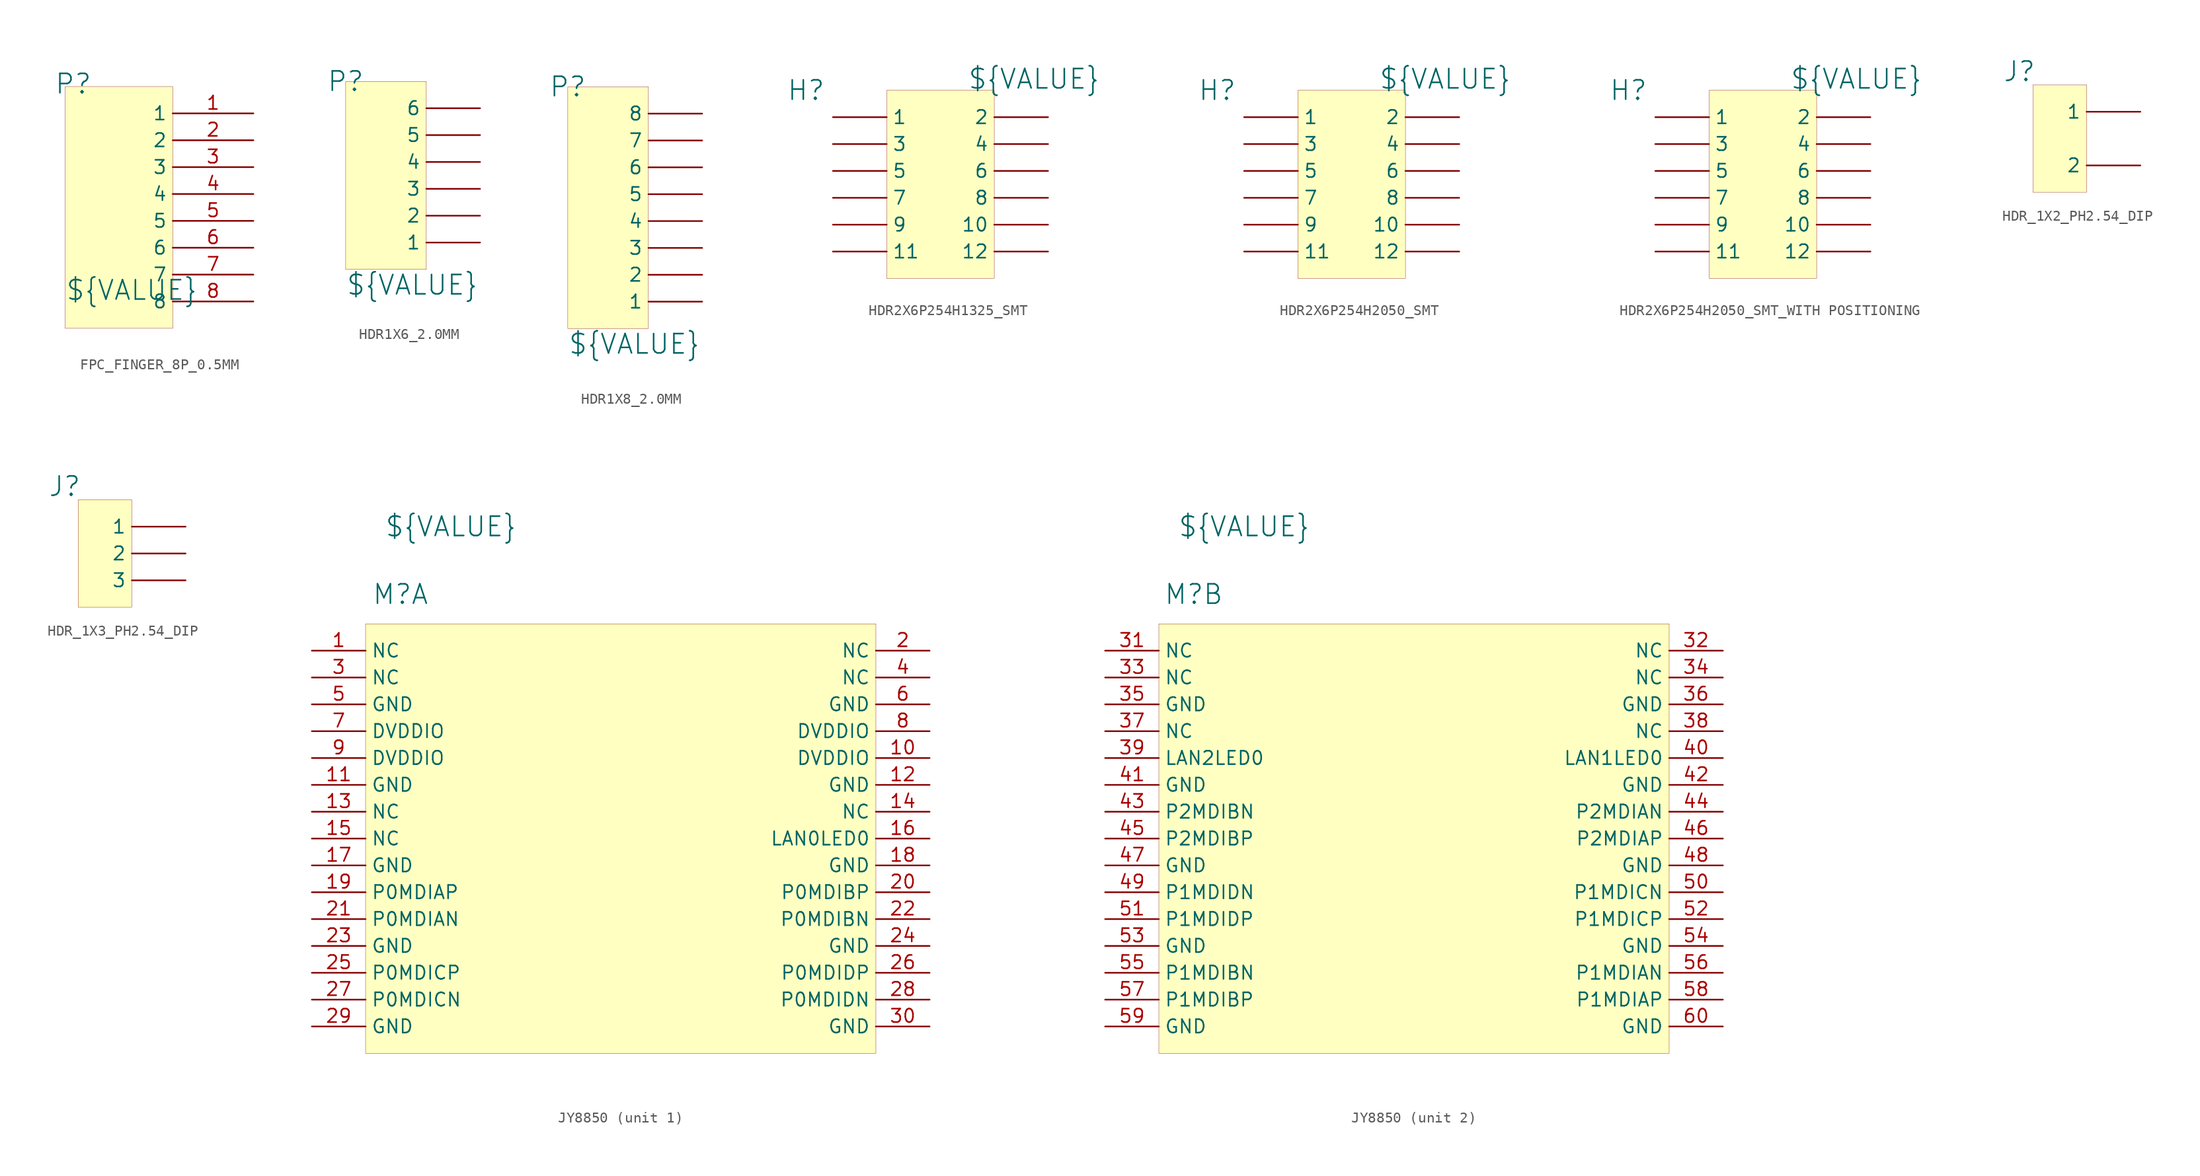
<source format=kicad_sym>
(kicad_symbol_lib
  (version 20241209)
  (generator "kicad_symbol_editor")
  (generator_version "9.0")
  (symbol "FPC_FINGER_8P_0.5MM"
    (property "Reference" "P"
      (at 0.762 0.254 0)
      (effects (font (size 1.829 1.829))))
    (property "Value" "${VALUE}"
      (at 0 -20.32 0)
      (effects (font (size 1.829 1.829)) (justify left bottom)))
    (symbol "FPC_FINGER_8P_0.5MM_1_0"
      (rectangle (start 10.16 0) (end 0 -22.86) (stroke (width 0.025) (type solid) (color 128 0 0 1)) (fill (type background)))
      (pin passive line (at 17.78 -2.54 180) (length 7.62) (name "1" (effects (font (size 1.27 1.27)))) (number "1" (effects (font (size 1.27 1.27)))))
      (pin passive line (at 17.78 -5.08 180) (length 7.62) (name "2" (effects (font (size 1.27 1.27)))) (number "2" (effects (font (size 1.27 1.27)))))
      (pin passive line (at 17.78 -7.62 180) (length 7.62) (name "3" (effects (font (size 1.27 1.27)))) (number "3" (effects (font (size 1.27 1.27)))))
      (pin passive line (at 17.78 -10.16 180) (length 7.62) (name "4" (effects (font (size 1.27 1.27)))) (number "4" (effects (font (size 1.27 1.27)))))
      (pin passive line (at 17.78 -12.7 180) (length 7.62) (name "5" (effects (font (size 1.27 1.27)))) (number "5" (effects (font (size 1.27 1.27)))))
      (pin passive line (at 17.78 -15.24 180) (length 7.62) (name "6" (effects (font (size 1.27 1.27)))) (number "6" (effects (font (size 1.27 1.27)))))
      (pin passive line (at 17.78 -17.78 180) (length 7.62) (name "7" (effects (font (size 1.27 1.27)))) (number "7" (effects (font (size 1.27 1.27)))))
      (pin passive line (at 17.78 -20.32 180) (length 7.62) (name "8" (effects (font (size 1.27 1.27)))) (number "8" (effects (font (size 1.27 1.27)))))))
  (symbol "HDR1X6_2.0MM"
    (pin_numbers
      (hide yes))
    (property "Reference" "P"
      (at 0 17.78 0)
      (effects (font (size 1.829 1.829))))
    (property "Value" "${VALUE}"
      (at 0 -2.54 0)
      (effects (font (size 1.829 1.829)) (justify left bottom)))
    (symbol "HDR1X6_2.0MM_1_0"
      (rectangle (start 7.62 17.78) (end 0 0) (stroke (width 0.025) (type solid) (color 128 0 0 1)) (fill (type background)))
      (pin passive line (at 12.7 15.24 180) (length 5.08) (name "6" (effects (font (size 1.27 1.27)))) (number "6" (effects (font (size 1.27 1.27)))))
      (pin passive line (at 12.7 12.7 180) (length 5.08) (name "5" (effects (font (size 1.27 1.27)))) (number "5" (effects (font (size 1.27 1.27)))))
      (pin passive line (at 12.7 10.16 180) (length 5.08) (name "4" (effects (font (size 1.27 1.27)))) (number "4" (effects (font (size 1.27 1.27)))))
      (pin passive line (at 12.7 7.62 180) (length 5.08) (name "3" (effects (font (size 1.27 1.27)))) (number "3" (effects (font (size 1.27 1.27)))))
      (pin passive line (at 12.7 5.08 180) (length 5.08) (name "2" (effects (font (size 1.27 1.27)))) (number "2" (effects (font (size 1.27 1.27)))))
      (pin passive line (at 12.7 2.54 180) (length 5.08) (name "1" (effects (font (size 1.27 1.27)))) (number "1" (effects (font (size 1.27 1.27)))))))
  (symbol "HDR1X8_2.0MM"
    (pin_numbers
      (hide yes))
    (property "Reference" "P"
      (at 0 22.86 0)
      (effects (font (size 1.829 1.829))))
    (property "Value" "${VALUE}"
      (at 0 -2.54 0)
      (effects (font (size 1.829 1.829)) (justify left bottom)))
    (symbol "HDR1X8_2.0MM_1_0"
      (rectangle (start 7.62 22.86) (end 0 0) (stroke (width 0.025) (type solid) (color 128 0 0 1)) (fill (type background)))
      (pin passive line (at 12.7 20.32 180) (length 5.08) (name "8" (effects (font (size 1.27 1.27)))) (number "8" (effects (font (size 1.27 1.27)))))
      (pin passive line (at 12.7 17.78 180) (length 5.08) (name "7" (effects (font (size 1.27 1.27)))) (number "7" (effects (font (size 1.27 1.27)))))
      (pin passive line (at 12.7 15.24 180) (length 5.08) (name "6" (effects (font (size 1.27 1.27)))) (number "6" (effects (font (size 1.27 1.27)))))
      (pin passive line (at 12.7 12.7 180) (length 5.08) (name "5" (effects (font (size 1.27 1.27)))) (number "5" (effects (font (size 1.27 1.27)))))
      (pin passive line (at 12.7 10.16 180) (length 5.08) (name "4" (effects (font (size 1.27 1.27)))) (number "4" (effects (font (size 1.27 1.27)))))
      (pin passive line (at 12.7 7.62 180) (length 5.08) (name "3" (effects (font (size 1.27 1.27)))) (number "3" (effects (font (size 1.27 1.27)))))
      (pin passive line (at 12.7 5.08 180) (length 5.08) (name "2" (effects (font (size 1.27 1.27)))) (number "2" (effects (font (size 1.27 1.27)))))
      (pin passive line (at 12.7 2.54 180) (length 5.08) (name "1" (effects (font (size 1.27 1.27)))) (number "1" (effects (font (size 1.27 1.27)))))))
  (symbol "HDR2X6P254H1325_SMT"
    (pin_numbers
      (hide yes))
    (property "Reference" "H"
      (at -7.62 0 0)
      (effects (font (size 1.829 1.829))))
    (property "Value" "${VALUE}"
      (at 7.62 0 0)
      (effects (font (size 1.829 1.829)) (justify left bottom)))
    (symbol "HDR2X6P254H1325_SMT_1_0"
      (rectangle (start 10.16 0) (end 0 -17.78) (stroke (width 0.025) (type solid) (color 128 0 0 1)) (fill (type background)))
      (pin passive line (at -5.08 -2.54 0) (length 5.08) (name "1" (effects (font (size 1.27 1.27)))) (number "1" (effects (font (size 1.27 1.27)))))
      (pin passive line (at -5.08 -5.08 0) (length 5.08) (name "3" (effects (font (size 1.27 1.27)))) (number "3" (effects (font (size 1.27 1.27)))))
      (pin passive line (at -5.08 -7.62 0) (length 5.08) (name "5" (effects (font (size 1.27 1.27)))) (number "5" (effects (font (size 1.27 1.27)))))
      (pin passive line (at -5.08 -10.16 0) (length 5.08) (name "7" (effects (font (size 1.27 1.27)))) (number "7" (effects (font (size 1.27 1.27)))))
      (pin passive line (at -5.08 -12.7 0) (length 5.08) (name "9" (effects (font (size 1.27 1.27)))) (number "9" (effects (font (size 1.27 1.27)))))
      (pin passive line (at -5.08 -15.24 0) (length 5.08) (name "11" (effects (font (size 1.27 1.27)))) (number "11" (effects (font (size 1.27 1.27)))))
      (pin passive line (at 15.24 -2.54 180) (length 5.08) (name "2" (effects (font (size 1.27 1.27)))) (number "2" (effects (font (size 1.27 1.27)))))
      (pin passive line (at 15.24 -5.08 180) (length 5.08) (name "4" (effects (font (size 1.27 1.27)))) (number "4" (effects (font (size 1.27 1.27)))))
      (pin passive line (at 15.24 -7.62 180) (length 5.08) (name "6" (effects (font (size 1.27 1.27)))) (number "6" (effects (font (size 1.27 1.27)))))
      (pin passive line (at 15.24 -10.16 180) (length 5.08) (name "8" (effects (font (size 1.27 1.27)))) (number "8" (effects (font (size 1.27 1.27)))))
      (pin passive line (at 15.24 -12.7 180) (length 5.08) (name "10" (effects (font (size 1.27 1.27)))) (number "10" (effects (font (size 1.27 1.27)))))
      (pin passive line (at 15.24 -15.24 180) (length 5.08) (name "12" (effects (font (size 1.27 1.27)))) (number "12" (effects (font (size 1.27 1.27)))))))
  (symbol "HDR2X6P254H2050_SMT"
    (pin_numbers
      (hide yes))
    (property "Reference" "H"
      (at -7.62 0 0)
      (effects (font (size 1.829 1.829))))
    (property "Value" "${VALUE}"
      (at 7.62 0 0)
      (effects (font (size 1.829 1.829)) (justify left bottom)))
    (symbol "HDR2X6P254H2050_SMT_1_0"
      (rectangle (start 10.16 0) (end 0 -17.78) (stroke (width 0.025) (type solid) (color 128 0 0 1)) (fill (type background)))
      (pin passive line (at -5.08 -2.54 0) (length 5.08) (name "1" (effects (font (size 1.27 1.27)))) (number "1" (effects (font (size 1.27 1.27)))))
      (pin passive line (at -5.08 -5.08 0) (length 5.08) (name "3" (effects (font (size 1.27 1.27)))) (number "3" (effects (font (size 1.27 1.27)))))
      (pin passive line (at -5.08 -7.62 0) (length 5.08) (name "5" (effects (font (size 1.27 1.27)))) (number "5" (effects (font (size 1.27 1.27)))))
      (pin passive line (at -5.08 -10.16 0) (length 5.08) (name "7" (effects (font (size 1.27 1.27)))) (number "7" (effects (font (size 1.27 1.27)))))
      (pin passive line (at -5.08 -12.7 0) (length 5.08) (name "9" (effects (font (size 1.27 1.27)))) (number "9" (effects (font (size 1.27 1.27)))))
      (pin passive line (at -5.08 -15.24 0) (length 5.08) (name "11" (effects (font (size 1.27 1.27)))) (number "11" (effects (font (size 1.27 1.27)))))
      (pin passive line (at 15.24 -2.54 180) (length 5.08) (name "2" (effects (font (size 1.27 1.27)))) (number "2" (effects (font (size 1.27 1.27)))))
      (pin passive line (at 15.24 -5.08 180) (length 5.08) (name "4" (effects (font (size 1.27 1.27)))) (number "4" (effects (font (size 1.27 1.27)))))
      (pin passive line (at 15.24 -7.62 180) (length 5.08) (name "6" (effects (font (size 1.27 1.27)))) (number "6" (effects (font (size 1.27 1.27)))))
      (pin passive line (at 15.24 -10.16 180) (length 5.08) (name "8" (effects (font (size 1.27 1.27)))) (number "8" (effects (font (size 1.27 1.27)))))
      (pin passive line (at 15.24 -12.7 180) (length 5.08) (name "10" (effects (font (size 1.27 1.27)))) (number "10" (effects (font (size 1.27 1.27)))))
      (pin passive line (at 15.24 -15.24 180) (length 5.08) (name "12" (effects (font (size 1.27 1.27)))) (number "12" (effects (font (size 1.27 1.27)))))))
  (symbol "HDR2X6P254H2050_SMT_WITH POSITIONING"
    (pin_numbers
      (hide yes))
    (property "Reference" "H"
      (at -7.62 0 0)
      (effects (font (size 1.829 1.829))))
    (property "Value" "${VALUE}"
      (at 7.62 0 0)
      (effects (font (size 1.829 1.829)) (justify left bottom)))
    (symbol "HDR2X6P254H2050_SMT_WITH POSITIONING_1_0"
      (rectangle (start 10.16 0) (end 0 -17.78) (stroke (width 0.025) (type solid) (color 128 0 0 1)) (fill (type background)))
      (pin passive line (at -5.08 -2.54 0) (length 5.08) (name "1" (effects (font (size 1.27 1.27)))) (number "1" (effects (font (size 1.27 1.27)))))
      (pin passive line (at -5.08 -5.08 0) (length 5.08) (name "3" (effects (font (size 1.27 1.27)))) (number "3" (effects (font (size 1.27 1.27)))))
      (pin passive line (at -5.08 -7.62 0) (length 5.08) (name "5" (effects (font (size 1.27 1.27)))) (number "5" (effects (font (size 1.27 1.27)))))
      (pin passive line (at -5.08 -10.16 0) (length 5.08) (name "7" (effects (font (size 1.27 1.27)))) (number "7" (effects (font (size 1.27 1.27)))))
      (pin passive line (at -5.08 -12.7 0) (length 5.08) (name "9" (effects (font (size 1.27 1.27)))) (number "9" (effects (font (size 1.27 1.27)))))
      (pin passive line (at -5.08 -15.24 0) (length 5.08) (name "11" (effects (font (size 1.27 1.27)))) (number "11" (effects (font (size 1.27 1.27)))))
      (pin passive line (at 15.24 -2.54 180) (length 5.08) (name "2" (effects (font (size 1.27 1.27)))) (number "2" (effects (font (size 1.27 1.27)))))
      (pin passive line (at 15.24 -5.08 180) (length 5.08) (name "4" (effects (font (size 1.27 1.27)))) (number "4" (effects (font (size 1.27 1.27)))))
      (pin passive line (at 15.24 -7.62 180) (length 5.08) (name "6" (effects (font (size 1.27 1.27)))) (number "6" (effects (font (size 1.27 1.27)))))
      (pin passive line (at 15.24 -10.16 180) (length 5.08) (name "8" (effects (font (size 1.27 1.27)))) (number "8" (effects (font (size 1.27 1.27)))))
      (pin passive line (at 15.24 -12.7 180) (length 5.08) (name "10" (effects (font (size 1.27 1.27)))) (number "10" (effects (font (size 1.27 1.27)))))
      (pin passive line (at 15.24 -15.24 180) (length 5.08) (name "12" (effects (font (size 1.27 1.27)))) (number "12" (effects (font (size 1.27 1.27)))))))
  (symbol "HDR_1X2_PH2.54_DIP"
    (pin_numbers
      (hide yes))
    (property "Reference" "J"
      (at -1.27 1.27 0)
      (effects (font (size 1.829 1.829))))
    (property "Value" "${VALUE}"
      (at -1.27 -3.81 0)
      (effects (font (size 1.829 1.829)) (justify left bottom) (hide yes)))
    (symbol "HDR_1X2_PH2.54_DIP_1_0"
      (rectangle (start 5.08 0) (end 0 -10.16) (stroke (width 0.025) (type solid) (color 128 0 0 1)) (fill (type background)))
      (pin passive line (at 10.16 -2.54 180) (length 5.08) (name "1" (effects (font (size 1.27 1.27)))) (number "1" (effects (font (size 1.27 1.27)))))
      (pin passive line (at 10.16 -7.62 180) (length 5.08) (name "2" (effects (font (size 1.27 1.27)))) (number "2" (effects (font (size 1.27 1.27)))))))
  (symbol "HDR_1X3_PH2.54_DIP"
    (pin_numbers
      (hide yes))
    (property "Reference" "J"
      (at -1.27 1.27 0)
      (effects (font (size 1.829 1.829))))
    (property "Value" "${VALUE}"
      (at -1.27 -3.81 0)
      (effects (font (size 1.829 1.829)) (justify left bottom) (hide yes)))
    (symbol "HDR_1X3_PH2.54_DIP_1_0"
      (rectangle (start 5.08 0) (end 0 -10.16) (stroke (width 0.025) (type solid) (color 128 0 0 1)) (fill (type background)))
      (pin passive line (at 10.16 -2.54 180) (length 5.08) (name "1" (effects (font (size 1.27 1.27)))) (number "1" (effects (font (size 1.27 1.27)))))
      (pin passive line (at 10.16 -5.08 180) (length 5.08) (name "2" (effects (font (size 1.27 1.27)))) (number "2" (effects (font (size 1.27 1.27)))))
      (pin passive line (at 10.16 -7.62 180) (length 5.08) (name "3" (effects (font (size 1.27 1.27)))) (number "3" (effects (font (size 1.27 1.27)))))))
  (symbol "JY8850"
    (property "Reference" "M"
      (at 3.302 2.794 0)
      (effects (font (size 1.829 1.829))))
    (property "Value" "${VALUE}"
      (at 1.778 8.128 0)
      (effects (font (size 1.829 1.829)) (justify left bottom)))
    (symbol "JY8850_1_0"
      (rectangle (start 48.26 0) (end 0 -40.64) (stroke (width 0.025) (type solid) (color 128 0 0 1)) (fill (type background)))
      (pin passive line (at -5.08 -2.54 0) (length 5.08) (name "NC" (effects (font (size 1.27 1.27)))) (number "1" (effects (font (size 1.27 1.27)))))
      (pin passive line (at -5.08 -5.08 0) (length 5.08) (name "NC" (effects (font (size 1.27 1.27)))) (number "3" (effects (font (size 1.27 1.27)))))
      (pin passive line (at -5.08 -7.62 0) (length 5.08) (name "GND" (effects (font (size 1.27 1.27)))) (number "5" (effects (font (size 1.27 1.27)))))
      (pin passive line (at -5.08 -10.16 0) (length 5.08) (name "DVDDIO" (effects (font (size 1.27 1.27)))) (number "7" (effects (font (size 1.27 1.27)))))
      (pin passive line (at -5.08 -12.7 0) (length 5.08) (name "DVDDIO" (effects (font (size 1.27 1.27)))) (number "9" (effects (font (size 1.27 1.27)))))
      (pin passive line (at -5.08 -15.24 0) (length 5.08) (name "GND" (effects (font (size 1.27 1.27)))) (number "11" (effects (font (size 1.27 1.27)))))
      (pin passive line (at -5.08 -17.78 0) (length 5.08) (name "NC" (effects (font (size 1.27 1.27)))) (number "13" (effects (font (size 1.27 1.27)))))
      (pin passive line (at -5.08 -20.32 0) (length 5.08) (name "NC" (effects (font (size 1.27 1.27)))) (number "15" (effects (font (size 1.27 1.27)))))
      (pin passive line (at -5.08 -22.86 0) (length 5.08) (name "GND" (effects (font (size 1.27 1.27)))) (number "17" (effects (font (size 1.27 1.27)))))
      (pin passive line (at -5.08 -25.4 0) (length 5.08) (name "P0MDIAP" (effects (font (size 1.27 1.27)))) (number "19" (effects (font (size 1.27 1.27)))))
      (pin passive line (at -5.08 -27.94 0) (length 5.08) (name "P0MDIAN" (effects (font (size 1.27 1.27)))) (number "21" (effects (font (size 1.27 1.27)))))
      (pin passive line (at -5.08 -30.48 0) (length 5.08) (name "GND" (effects (font (size 1.27 1.27)))) (number "23" (effects (font (size 1.27 1.27)))))
      (pin passive line (at -5.08 -33.02 0) (length 5.08) (name "P0MDICP" (effects (font (size 1.27 1.27)))) (number "25" (effects (font (size 1.27 1.27)))))
      (pin passive line (at -5.08 -35.56 0) (length 5.08) (name "P0MDICN" (effects (font (size 1.27 1.27)))) (number "27" (effects (font (size 1.27 1.27)))))
      (pin passive line (at -5.08 -38.1 0) (length 5.08) (name "GND" (effects (font (size 1.27 1.27)))) (number "29" (effects (font (size 1.27 1.27)))))
      (pin passive line (at 53.34 -2.54 180) (length 5.08) (name "NC" (effects (font (size 1.27 1.27)))) (number "2" (effects (font (size 1.27 1.27)))))
      (pin passive line (at 53.34 -5.08 180) (length 5.08) (name "NC" (effects (font (size 1.27 1.27)))) (number "4" (effects (font (size 1.27 1.27)))))
      (pin passive line (at 53.34 -7.62 180) (length 5.08) (name "GND" (effects (font (size 1.27 1.27)))) (number "6" (effects (font (size 1.27 1.27)))))
      (pin passive line (at 53.34 -10.16 180) (length 5.08) (name "DVDDIO" (effects (font (size 1.27 1.27)))) (number "8" (effects (font (size 1.27 1.27)))))
      (pin passive line (at 53.34 -12.7 180) (length 5.08) (name "DVDDIO" (effects (font (size 1.27 1.27)))) (number "10" (effects (font (size 1.27 1.27)))))
      (pin passive line (at 53.34 -15.24 180) (length 5.08) (name "GND" (effects (font (size 1.27 1.27)))) (number "12" (effects (font (size 1.27 1.27)))))
      (pin passive line (at 53.34 -17.78 180) (length 5.08) (name "NC" (effects (font (size 1.27 1.27)))) (number "14" (effects (font (size 1.27 1.27)))))
      (pin passive line (at 53.34 -20.32 180) (length 5.08) (name "LAN0LED0" (effects (font (size 1.27 1.27)))) (number "16" (effects (font (size 1.27 1.27)))))
      (pin passive line (at 53.34 -22.86 180) (length 5.08) (name "GND" (effects (font (size 1.27 1.27)))) (number "18" (effects (font (size 1.27 1.27)))))
      (pin passive line (at 53.34 -25.4 180) (length 5.08) (name "P0MDIBP" (effects (font (size 1.27 1.27)))) (number "20" (effects (font (size 1.27 1.27)))))
      (pin passive line (at 53.34 -27.94 180) (length 5.08) (name "P0MDIBN" (effects (font (size 1.27 1.27)))) (number "22" (effects (font (size 1.27 1.27)))))
      (pin passive line (at 53.34 -30.48 180) (length 5.08) (name "GND" (effects (font (size 1.27 1.27)))) (number "24" (effects (font (size 1.27 1.27)))))
      (pin passive line (at 53.34 -33.02 180) (length 5.08) (name "P0MDIDP" (effects (font (size 1.27 1.27)))) (number "26" (effects (font (size 1.27 1.27)))))
      (pin passive line (at 53.34 -35.56 180) (length 5.08) (name "P0MDIDN" (effects (font (size 1.27 1.27)))) (number "28" (effects (font (size 1.27 1.27)))))
      (pin passive line (at 53.34 -38.1 180) (length 5.08) (name "GND" (effects (font (size 1.27 1.27)))) (number "30" (effects (font (size 1.27 1.27))))))
    (symbol "JY8850_2_0"
      (rectangle (start 48.26 0) (end 0 -40.64) (stroke (width 0.025) (type solid) (color 128 0 0 1)) (fill (type background)))
      (pin passive line (at -5.08 -2.54 0) (length 5.08) (name "NC" (effects (font (size 1.27 1.27)))) (number "31" (effects (font (size 1.27 1.27)))))
      (pin passive line (at -5.08 -5.08 0) (length 5.08) (name "NC" (effects (font (size 1.27 1.27)))) (number "33" (effects (font (size 1.27 1.27)))))
      (pin passive line (at -5.08 -7.62 0) (length 5.08) (name "GND" (effects (font (size 1.27 1.27)))) (number "35" (effects (font (size 1.27 1.27)))))
      (pin passive line (at -5.08 -10.16 0) (length 5.08) (name "NC" (effects (font (size 1.27 1.27)))) (number "37" (effects (font (size 1.27 1.27)))))
      (pin passive line (at -5.08 -12.7 0) (length 5.08) (name "LAN2LED0" (effects (font (size 1.27 1.27)))) (number "39" (effects (font (size 1.27 1.27)))))
      (pin passive line (at -5.08 -15.24 0) (length 5.08) (name "GND" (effects (font (size 1.27 1.27)))) (number "41" (effects (font (size 1.27 1.27)))))
      (pin passive line (at -5.08 -17.78 0) (length 5.08) (name "P2MDIBN" (effects (font (size 1.27 1.27)))) (number "43" (effects (font (size 1.27 1.27)))))
      (pin passive line (at -5.08 -20.32 0) (length 5.08) (name "P2MDIBP" (effects (font (size 1.27 1.27)))) (number "45" (effects (font (size 1.27 1.27)))))
      (pin passive line (at -5.08 -22.86 0) (length 5.08) (name "GND" (effects (font (size 1.27 1.27)))) (number "47" (effects (font (size 1.27 1.27)))))
      (pin passive line (at -5.08 -25.4 0) (length 5.08) (name "P1MDIDN" (effects (font (size 1.27 1.27)))) (number "49" (effects (font (size 1.27 1.27)))))
      (pin passive line (at -5.08 -27.94 0) (length 5.08) (name "P1MDIDP" (effects (font (size 1.27 1.27)))) (number "51" (effects (font (size 1.27 1.27)))))
      (pin passive line (at -5.08 -30.48 0) (length 5.08) (name "GND" (effects (font (size 1.27 1.27)))) (number "53" (effects (font (size 1.27 1.27)))))
      (pin passive line (at -5.08 -33.02 0) (length 5.08) (name "P1MDIBN" (effects (font (size 1.27 1.27)))) (number "55" (effects (font (size 1.27 1.27)))))
      (pin passive line (at -5.08 -35.56 0) (length 5.08) (name "P1MDIBP" (effects (font (size 1.27 1.27)))) (number "57" (effects (font (size 1.27 1.27)))))
      (pin passive line (at -5.08 -38.1 0) (length 5.08) (name "GND" (effects (font (size 1.27 1.27)))) (number "59" (effects (font (size 1.27 1.27)))))
      (pin passive line (at 53.34 -2.54 180) (length 5.08) (name "NC" (effects (font (size 1.27 1.27)))) (number "32" (effects (font (size 1.27 1.27)))))
      (pin passive line (at 53.34 -5.08 180) (length 5.08) (name "NC" (effects (font (size 1.27 1.27)))) (number "34" (effects (font (size 1.27 1.27)))))
      (pin passive line (at 53.34 -7.62 180) (length 5.08) (name "GND" (effects (font (size 1.27 1.27)))) (number "36" (effects (font (size 1.27 1.27)))))
      (pin passive line (at 53.34 -10.16 180) (length 5.08) (name "NC" (effects (font (size 1.27 1.27)))) (number "38" (effects (font (size 1.27 1.27)))))
      (pin passive line (at 53.34 -12.7 180) (length 5.08) (name "LAN1LED0" (effects (font (size 1.27 1.27)))) (number "40" (effects (font (size 1.27 1.27)))))
      (pin passive line (at 53.34 -15.24 180) (length 5.08) (name "GND" (effects (font (size 1.27 1.27)))) (number "42" (effects (font (size 1.27 1.27)))))
      (pin passive line (at 53.34 -17.78 180) (length 5.08) (name "P2MDIAN" (effects (font (size 1.27 1.27)))) (number "44" (effects (font (size 1.27 1.27)))))
      (pin passive line (at 53.34 -20.32 180) (length 5.08) (name "P2MDIAP" (effects (font (size 1.27 1.27)))) (number "46" (effects (font (size 1.27 1.27)))))
      (pin passive line (at 53.34 -22.86 180) (length 5.08) (name "GND" (effects (font (size 1.27 1.27)))) (number "48" (effects (font (size 1.27 1.27)))))
      (pin passive line (at 53.34 -25.4 180) (length 5.08) (name "P1MDICN" (effects (font (size 1.27 1.27)))) (number "50" (effects (font (size 1.27 1.27)))))
      (pin passive line (at 53.34 -27.94 180) (length 5.08) (name "P1MDICP" (effects (font (size 1.27 1.27)))) (number "52" (effects (font (size 1.27 1.27)))))
      (pin passive line (at 53.34 -30.48 180) (length 5.08) (name "GND" (effects (font (size 1.27 1.27)))) (number "54" (effects (font (size 1.27 1.27)))))
      (pin passive line (at 53.34 -33.02 180) (length 5.08) (name "P1MDIAN" (effects (font (size 1.27 1.27)))) (number "56" (effects (font (size 1.27 1.27)))))
      (pin passive line (at 53.34 -35.56 180) (length 5.08) (name "P1MDIAP" (effects (font (size 1.27 1.27)))) (number "58" (effects (font (size 1.27 1.27)))))
      (pin passive line (at 53.34 -38.1 180) (length 5.08) (name "GND" (effects (font (size 1.27 1.27)))) (number "60" (effects (font (size 1.27 1.27))))))))
</source>
